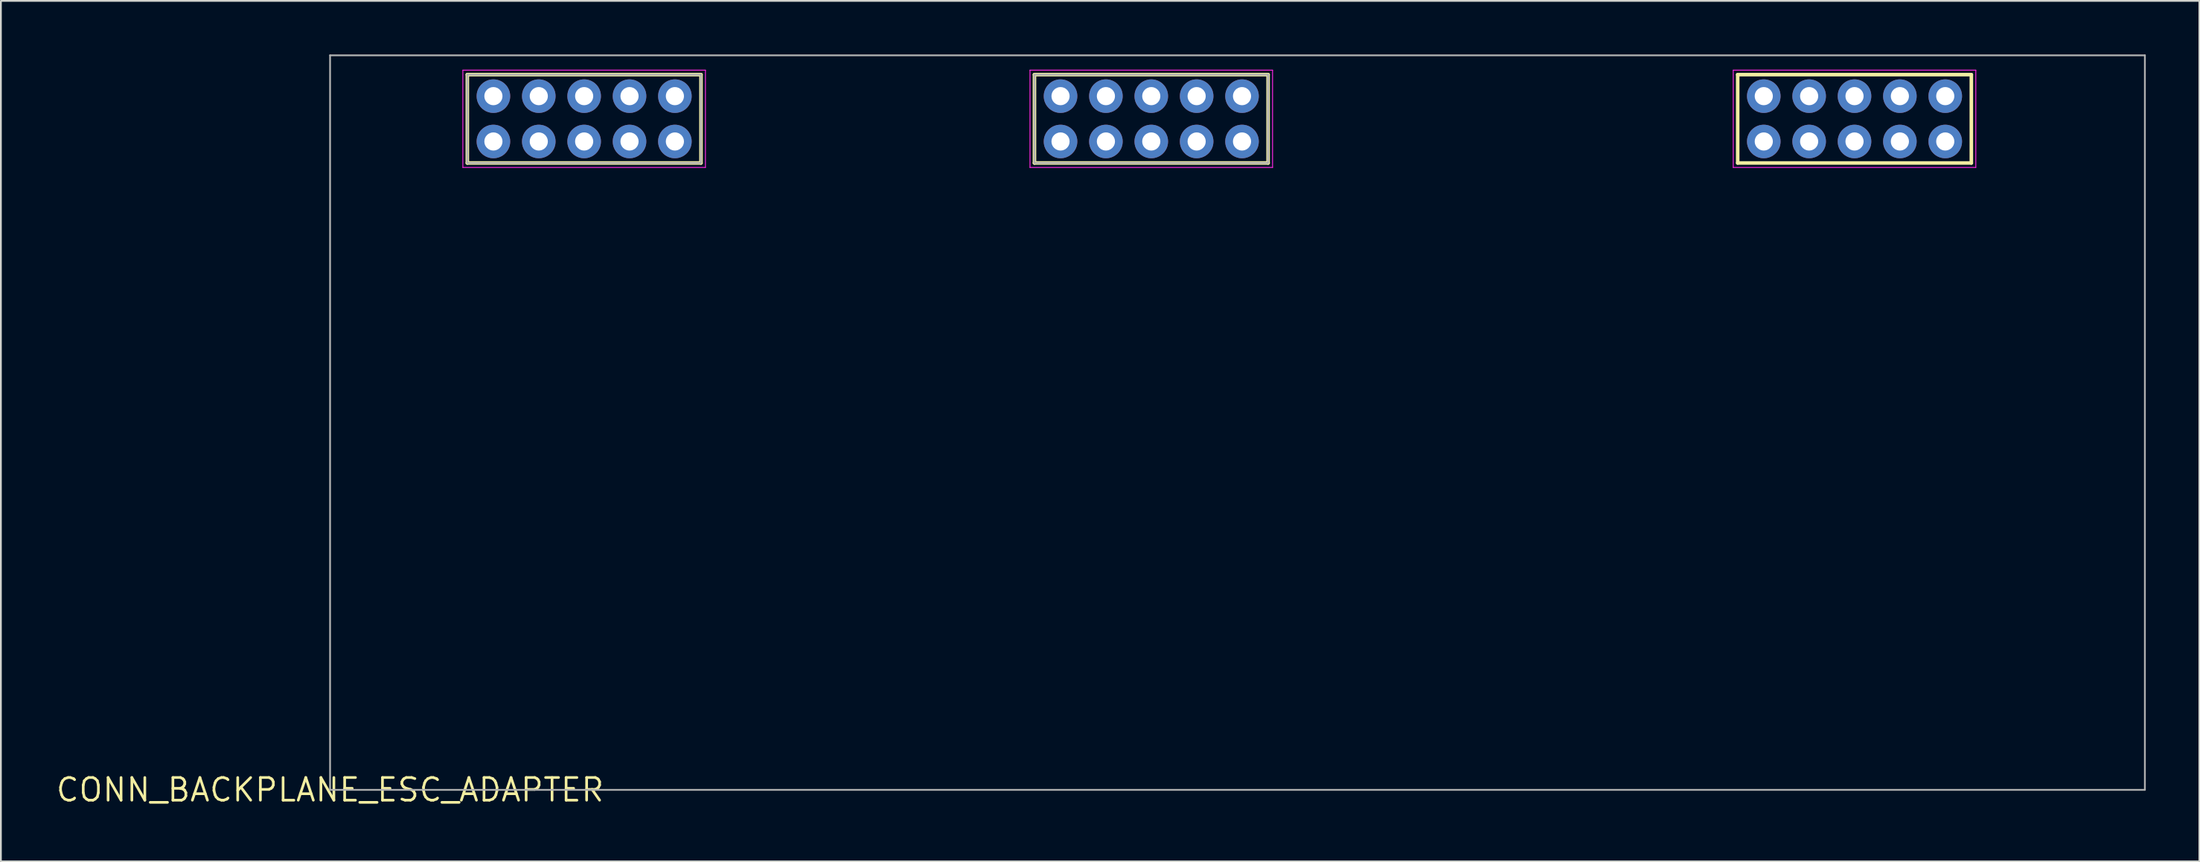
<source format=kicad_pcb>
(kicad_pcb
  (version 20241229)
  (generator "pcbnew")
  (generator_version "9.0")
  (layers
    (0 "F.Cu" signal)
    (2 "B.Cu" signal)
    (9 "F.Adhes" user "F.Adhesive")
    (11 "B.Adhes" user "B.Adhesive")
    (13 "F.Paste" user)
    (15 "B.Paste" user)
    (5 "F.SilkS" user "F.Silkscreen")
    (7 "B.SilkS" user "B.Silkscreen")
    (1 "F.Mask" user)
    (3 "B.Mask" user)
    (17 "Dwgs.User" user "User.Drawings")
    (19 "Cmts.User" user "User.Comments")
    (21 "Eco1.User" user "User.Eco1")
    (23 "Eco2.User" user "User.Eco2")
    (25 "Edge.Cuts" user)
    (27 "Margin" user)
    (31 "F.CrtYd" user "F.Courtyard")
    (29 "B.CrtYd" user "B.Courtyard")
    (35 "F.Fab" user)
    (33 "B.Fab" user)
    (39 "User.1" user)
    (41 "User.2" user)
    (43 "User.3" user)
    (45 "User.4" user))
  (footprint "CONN_BACKPLANE_ESC_ADAPTER"
    (layer "F.Cu")
    (at 15.429 41.198)
    (property "Reference" "CONN_BACKPLANE_ESC_ADAPTER" (at 0 0 0) (layer "F.SilkS") (effects (font (size 1.27 1.27) (thickness 0.15))))
    (fp_line (start 7.684 -35.117) (end 7.684 -40.067) (stroke (width 0.2) (type solid)) (layer "F.SilkS"))
    (fp_line (start 20.764 -40.067) (end 7.684 -40.067) (stroke (width 0.2) (type solid)) (layer "F.SilkS"))
    (fp_line (start 20.764 -40.067) (end 20.764 -35.117) (stroke (width 0.2) (type solid)) (layer "F.SilkS"))
    (fp_line (start 20.764 -35.117) (end 7.684 -35.117) (stroke (width 0.2) (type solid)) (layer "F.SilkS"))
    (fp_line (start 39.434 -35.117) (end 39.434 -40.067) (stroke (width 0.2) (type solid)) (layer "F.SilkS"))
    (fp_line (start 52.514 -40.067) (end 39.434 -40.067) (stroke (width 0.2) (type solid)) (layer "F.SilkS"))
    (fp_line (start 52.514 -40.067) (end 52.514 -35.117) (stroke (width 0.2) (type solid)) (layer "F.SilkS"))
    (fp_line (start 52.514 -35.117) (end 39.434 -35.117) (stroke (width 0.2) (type solid)) (layer "F.SilkS"))
    (fp_line (start 78.804 -35.117) (end 78.804 -40.067) (stroke (width 0.2) (type solid)) (layer "F.SilkS"))
    (fp_line (start 91.884 -40.067) (end 78.804 -40.067) (stroke (width 0.2) (type solid)) (layer "F.SilkS"))
    (fp_line (start 91.884 -40.067) (end 91.884 -35.117) (stroke (width 0.2) (type solid)) (layer "F.SilkS"))
    (fp_line (start 91.884 -35.117) (end 78.804 -35.117) (stroke (width 0.2) (type solid)) (layer "F.SilkS"))
    (fp_line (start 7.434 -40.317) (end 21.014 -40.317) (stroke (width 0.05) (type solid)) (layer "F.CrtYd"))
    (fp_line (start 7.434 -34.867) (end 7.434 -40.317) (stroke (width 0.05) (type solid)) (layer "F.CrtYd"))
    (fp_line (start 21.014 -40.317) (end 21.014 -34.867) (stroke (width 0.05) (type solid)) (layer "F.CrtYd"))
    (fp_line (start 21.014 -34.867) (end 7.434 -34.867) (stroke (width 0.05) (type solid)) (layer "F.CrtYd"))
    (fp_line (start 39.184 -40.317) (end 52.764 -40.317) (stroke (width 0.05) (type solid)) (layer "F.CrtYd"))
    (fp_line (start 39.184 -34.867) (end 39.184 -40.317) (stroke (width 0.05) (type solid)) (layer "F.CrtYd"))
    (fp_line (start 52.764 -40.317) (end 52.764 -34.867) (stroke (width 0.05) (type solid)) (layer "F.CrtYd"))
    (fp_line (start 52.764 -34.867) (end 39.184 -34.867) (stroke (width 0.05) (type solid)) (layer "F.CrtYd"))
    (fp_line (start 78.554 -40.317) (end 92.134 -40.317) (stroke (width 0.05) (type solid)) (layer "F.CrtYd"))
    (fp_line (start 78.554 -34.867) (end 78.554 -40.317) (stroke (width 0.05) (type solid)) (layer "F.CrtYd"))
    (fp_line (start 92.134 -40.317) (end 92.134 -34.867) (stroke (width 0.05) (type solid)) (layer "F.CrtYd"))
    (fp_line (start 92.134 -34.867) (end 78.554 -34.867) (stroke (width 0.05) (type solid)) (layer "F.CrtYd"))
    (fp_line (start 0 -41.148) (end 0 0) (stroke (width 0.1) (type solid)) (layer "F.Fab"))
    (fp_line (start 0 0) (end 101.6 0) (stroke (width 0.1) (type solid)) (layer "F.Fab"))
    (fp_line (start 7.684 -40.067) (end 20.764 -40.067) (stroke (width 0.1) (type solid)) (layer "F.Fab"))
    (fp_line (start 7.684 -35.117) (end 7.684 -40.067) (stroke (width 0.1) (type solid)) (layer "F.Fab"))
    (fp_line (start 20.764 -40.067) (end 20.764 -35.117) (stroke (width 0.1) (type solid)) (layer "F.Fab"))
    (fp_line (start 20.764 -35.117) (end 7.684 -35.117) (stroke (width 0.1) (type solid)) (layer "F.Fab"))
    (fp_line (start 39.434 -40.067) (end 52.514 -40.067) (stroke (width 0.1) (type solid)) (layer "F.Fab"))
    (fp_line (start 39.434 -35.117) (end 39.434 -40.067) (stroke (width 0.1) (type solid)) (layer "F.Fab"))
    (fp_line (start 52.514 -40.067) (end 52.514 -35.117) (stroke (width 0.1) (type solid)) (layer "F.Fab"))
    (fp_line (start 52.514 -35.117) (end 39.434 -35.117) (stroke (width 0.1) (type solid)) (layer "F.Fab"))
    (fp_line (start 101.6 -41.148) (end 0 -41.148) (stroke (width 0.1) (type solid)) (layer "F.Fab"))
    (fp_line (start 101.6 0) (end 101.6 -41.148) (stroke (width 0.1) (type solid)) (layer "F.Fab"))
    (pad "12V@3" thru_hole circle (at 90.424 -36.322 180) (size 1.88 1.88) (drill 1.016) (layers "*.Cu" "*.Mask"))
    (pad "12V@4" thru_hole circle (at 90.424 -38.862 180) (size 1.88 1.88) (drill 1.016) (layers "*.Cu" "*.Mask"))
    (pad "12V@5" thru_hole circle (at 87.884 -36.322 180) (size 1.88 1.88) (drill 1.016) (layers "*.Cu" "*.Mask"))
    (pad "12V@6" thru_hole circle (at 87.884 -38.862 180) (size 1.88 1.88) (drill 1.016) (layers "*.Cu" "*.Mask"))
    (pad "12V@7" thru_hole circle (at 85.344 -36.322 180) (size 1.88 1.88) (drill 1.016) (layers "*.Cu" "*.Mask"))
    (pad "12V@8" thru_hole circle (at 85.344 -38.862 180) (size 1.88 1.88) (drill 1.016) (layers "*.Cu" "*.Mask"))
    (pad "12V@9" thru_hole circle (at 82.804 -36.322 180) (size 1.88 1.88) (drill 1.016) (layers "*.Cu" "*.Mask"))
    (pad "12V@10" thru_hole circle (at 82.804 -38.862 180) (size 1.88 1.88) (drill 1.016) (layers "*.Cu" "*.Mask"))
    (pad "12V@11" thru_hole circle (at 80.264 -36.322 180) (size 1.88 1.88) (drill 1.016) (layers "*.Cu" "*.Mask"))
    (pad "12V@12" thru_hole circle (at 80.264 -38.862 180) (size 1.88 1.88) (drill 1.016) (layers "*.Cu" "*.Mask"))
    (pad "GND@1" thru_hole circle (at 51.054 -38.862) (size 1.88 1.88) (drill 1.016) (layers "*.Cu" "*.Mask"))
    (pad "GND@2" thru_hole circle (at 51.054 -36.322) (size 1.88 1.88) (drill 1.016) (layers "*.Cu" "*.Mask"))
    (pad "GND@3" thru_hole circle (at 48.514 -38.862) (size 1.88 1.88) (drill 1.016) (layers "*.Cu" "*.Mask"))
    (pad "GND@4" thru_hole circle (at 48.514 -36.322) (size 1.88 1.88) (drill 1.016) (layers "*.Cu" "*.Mask"))
    (pad "GND@5" thru_hole circle (at 45.974 -38.862) (size 1.88 1.88) (drill 1.016) (layers "*.Cu" "*.Mask"))
    (pad "GND@6" thru_hole circle (at 45.974 -36.322) (size 1.88 1.88) (drill 1.016) (layers "*.Cu" "*.Mask"))
    (pad "GND@7" thru_hole circle (at 43.434 -38.862) (size 1.88 1.88) (drill 1.016) (layers "*.Cu" "*.Mask"))
    (pad "GND@8" thru_hole circle (at 43.434 -36.322) (size 1.88 1.88) (drill 1.016) (layers "*.Cu" "*.Mask"))
    (pad "GND@9" thru_hole circle (at 40.894 -38.862) (size 1.88 1.88) (drill 1.016) (layers "*.Cu" "*.Mask"))
    (pad "GND@10" thru_hole circle (at 40.894 -36.322) (size 1.88 1.88) (drill 1.016) (layers "*.Cu" "*.Mask"))
    (pad "NC@1" thru_hole circle (at 19.304 -38.862) (size 1.88 1.88) (drill 1.016) (layers "*.Cu" "*.Mask"))
    (pad "NC@2" thru_hole circle (at 16.764 -38.862) (size 1.88 1.88) (drill 1.016) (layers "*.Cu" "*.Mask"))
    (pad "NC@3" thru_hole circle (at 14.224 -38.862) (size 1.88 1.88) (drill 1.016) (layers "*.Cu" "*.Mask"))
    (pad "NC@4" thru_hole circle (at 11.684 -38.862) (size 1.88 1.88) (drill 1.016) (layers "*.Cu" "*.Mask"))
    (pad "NC@5" thru_hole circle (at 9.144 -38.862) (size 1.88 1.88) (drill 1.016) (layers "*.Cu" "*.Mask"))
    (pad "NC@6" thru_hole circle (at 9.144 -36.322) (size 1.88 1.88) (drill 1.016) (layers "*.Cu" "*.Mask"))
    (pad "PWM0" thru_hole circle (at 19.304 -36.322) (size 1.88 1.88) (drill 1.016) (layers "*.Cu" "*.Mask"))
    (pad "PWM1" thru_hole circle (at 16.764 -36.322) (size 1.88 1.88) (drill 1.016) (layers "*.Cu" "*.Mask"))
    (pad "PWM2" thru_hole circle (at 14.224 -36.322) (size 1.88 1.88) (drill 1.016) (layers "*.Cu" "*.Mask"))
    (pad "PWM3" thru_hole circle (at 11.684 -36.322) (size 1.88 1.88) (drill 1.016) (layers "*.Cu" "*.Mask")))
  (gr_rect
    (start -3 -3)
    (end 120.079 45.204)
    (stroke (width 0.1) (type default))
    (fill no)
    (layer "Edge.Cuts")))
</source>
